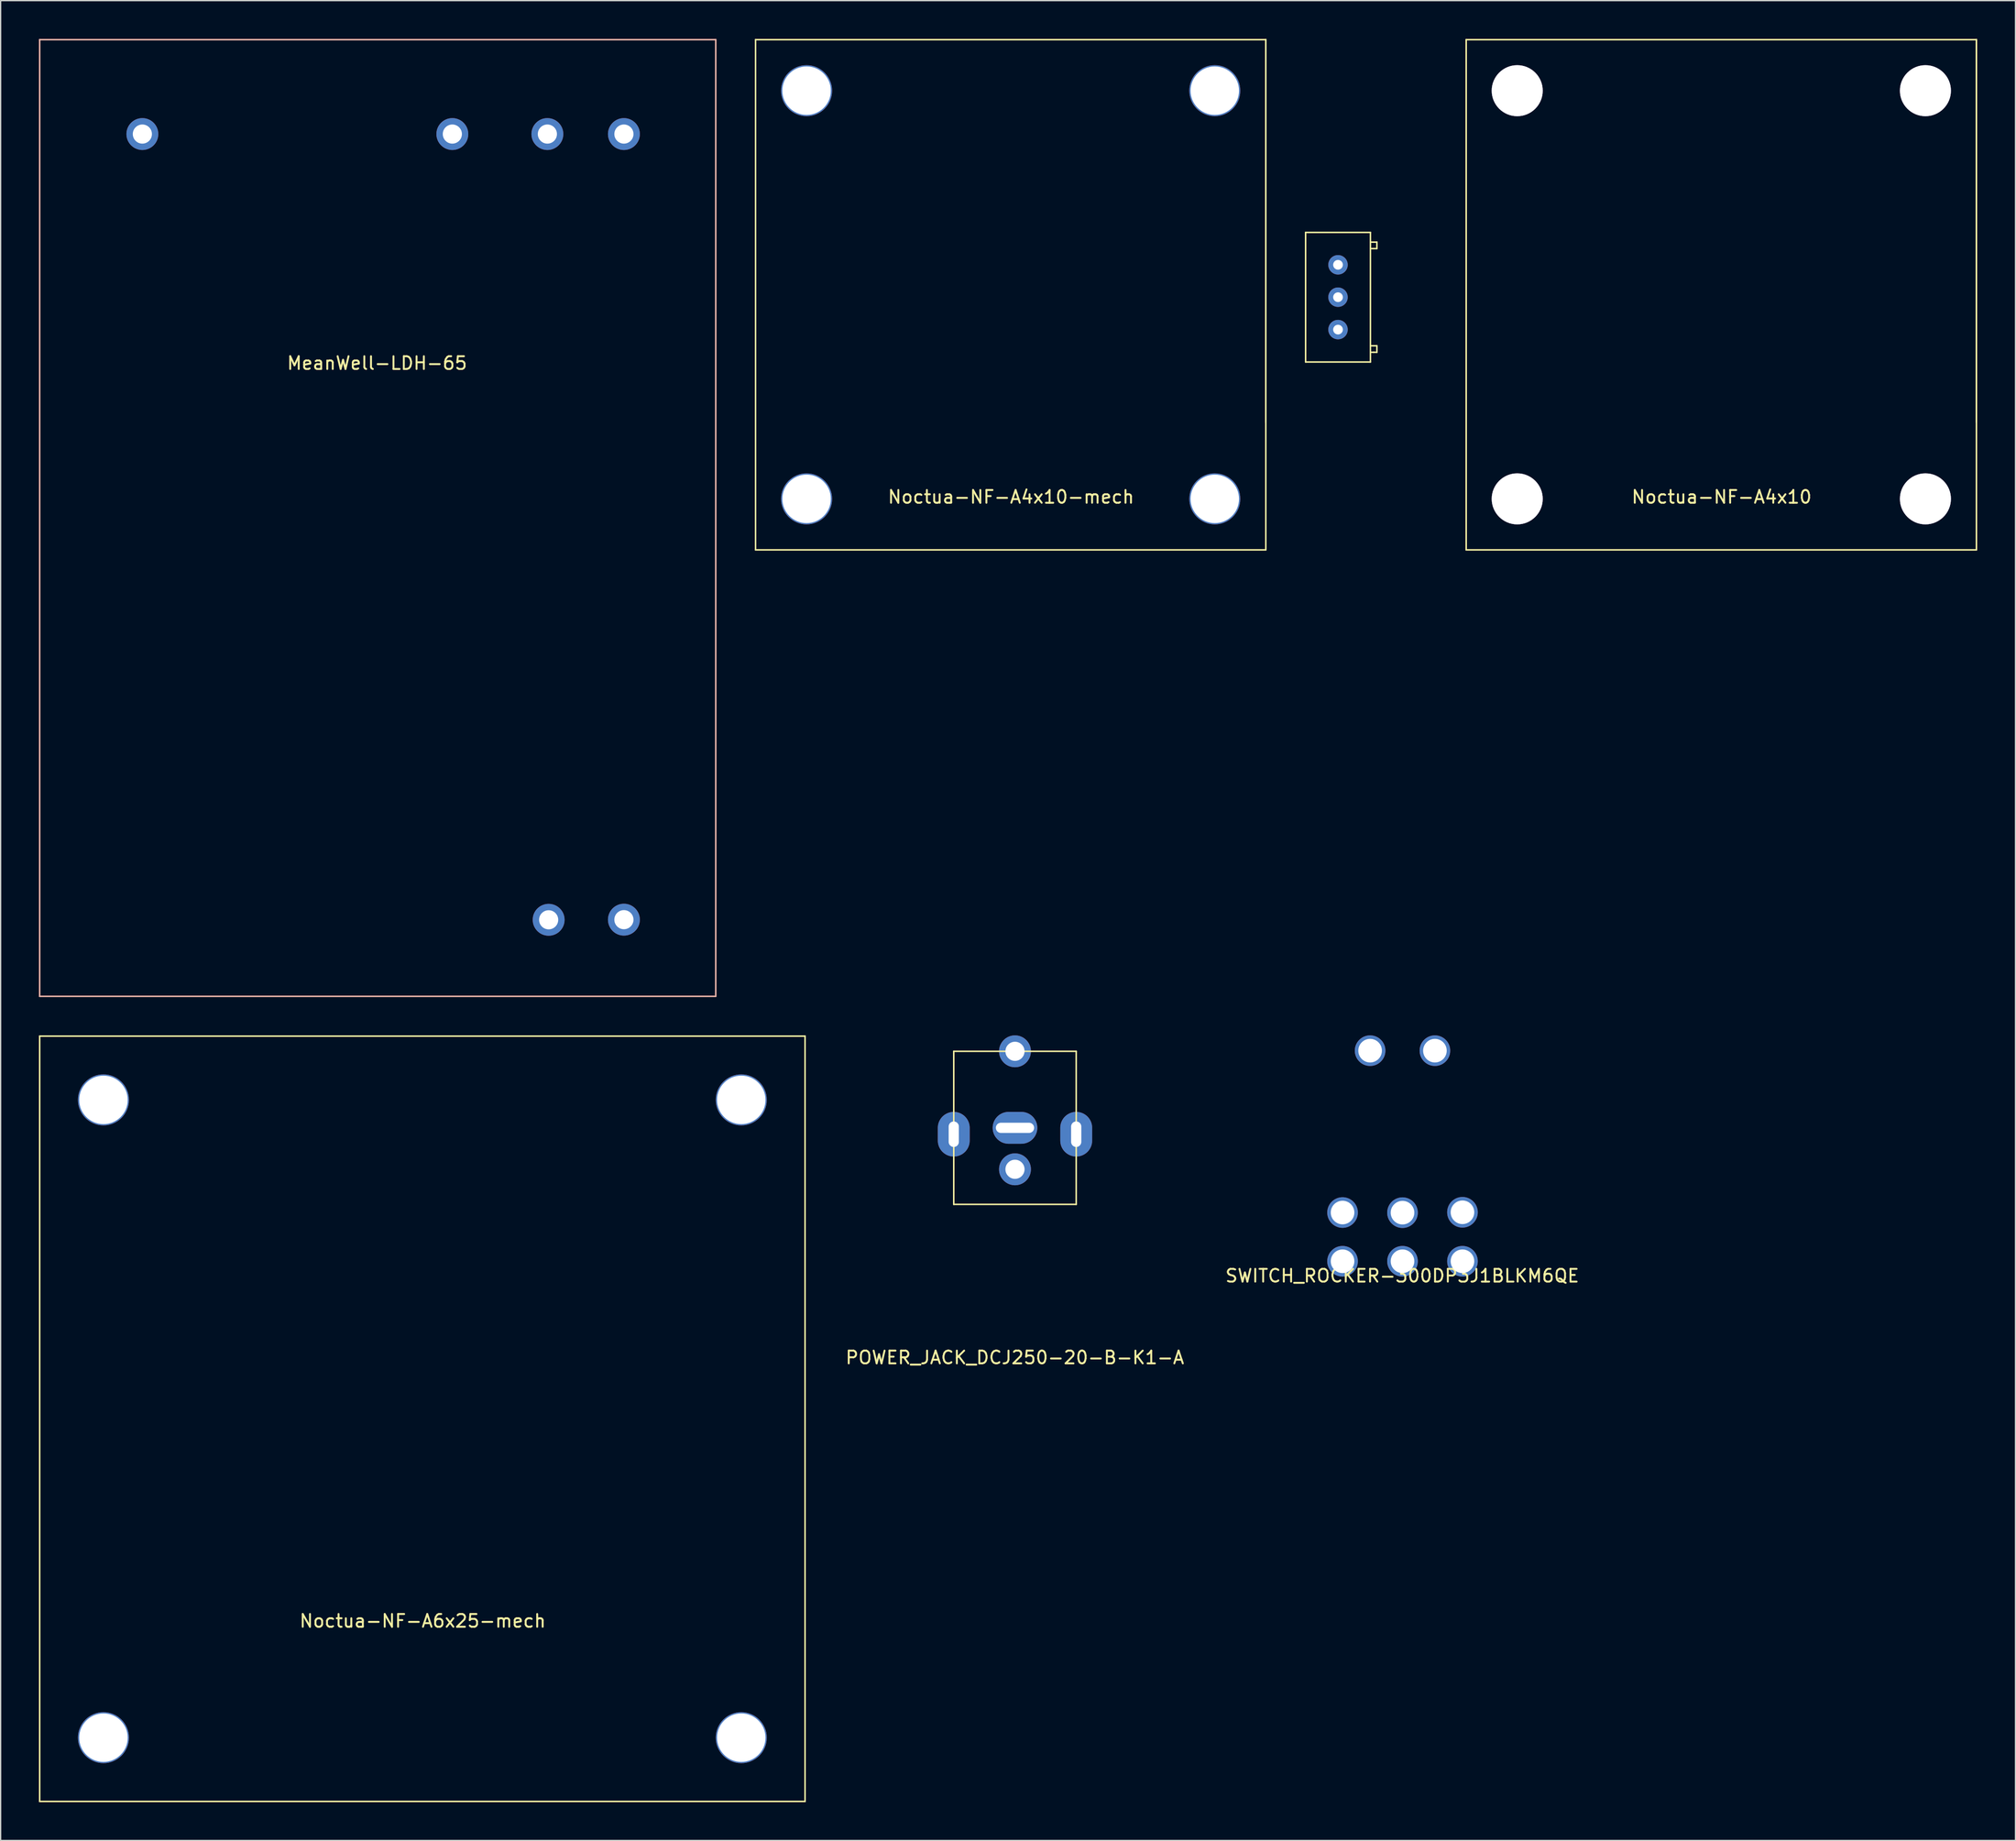
<source format=kicad_pcb>
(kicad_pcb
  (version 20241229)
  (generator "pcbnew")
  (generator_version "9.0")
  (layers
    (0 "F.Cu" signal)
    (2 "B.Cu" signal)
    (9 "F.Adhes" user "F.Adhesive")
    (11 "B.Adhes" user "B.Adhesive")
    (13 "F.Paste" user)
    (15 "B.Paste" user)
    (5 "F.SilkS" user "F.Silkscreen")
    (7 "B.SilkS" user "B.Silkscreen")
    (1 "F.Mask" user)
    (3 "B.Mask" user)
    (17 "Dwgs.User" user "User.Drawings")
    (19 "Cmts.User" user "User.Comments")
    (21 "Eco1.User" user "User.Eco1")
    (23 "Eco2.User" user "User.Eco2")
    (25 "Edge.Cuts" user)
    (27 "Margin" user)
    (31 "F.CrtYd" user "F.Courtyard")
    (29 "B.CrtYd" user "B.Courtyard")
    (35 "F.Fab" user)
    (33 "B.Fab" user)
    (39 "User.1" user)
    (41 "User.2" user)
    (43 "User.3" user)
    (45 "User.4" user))
  (footprint "Noctua-NF-A6x25-mech"
    (layer "F.Cu")
    (at 30.06 108.18)
    (property "Reference" "Noctua-NF-A6x25-mech" (at 0.025 15.85 0) (layer "F.SilkS") (effects (font (size 1 1) (thickness 0.15))))
    (attr through_hole)
    (fp_line (start -30 -30) (end -30 30) (stroke (width 0.12) (type solid)) (layer "F.SilkS"))
    (fp_line (start -30 -30) (end 30 -30) (stroke (width 0.12) (type solid)) (layer "F.SilkS"))
    (fp_line (start -30 30) (end 30 30) (stroke (width 0.12) (type solid)) (layer "F.SilkS"))
    (fp_line (start 30 -30) (end 30 30) (stroke (width 0.12) (type solid)) (layer "F.SilkS"))
    (pad "0" thru_hole circle (at -25 -25) (size 4 4) (drill 3.8) (layers "*.Cu" "*.Mask"))
    (pad "0" thru_hole circle (at -25 25) (size 4 4) (drill 3.8) (layers "*.Cu" "*.Mask"))
    (pad "0" thru_hole circle (at 25 -25) (size 4 4) (drill 3.8) (layers "*.Cu" "*.Mask"))
    (pad "0" thru_hole circle (at 25 25) (size 4 4) (drill 3.8) (layers "*.Cu" "*.Mask")))
  (footprint "Noctua-NF-A4x10"
    (layer "F.Cu")
    (at 131.888 20.06)
    (property "Reference" "Noctua-NF-A4x10" (at 0.025 15.85 0) (layer "F.SilkS") (effects (font (size 1 1) (thickness 0.15))))
    (attr through_hole)
    (fp_line (start -32.588 -4.89) (end -32.588 5.27) (stroke (width 0.12) (type solid)) (layer "F.SilkS"))
    (fp_line (start -32.588 5.27) (end -27.508 5.27) (stroke (width 0.12) (type solid)) (layer "F.SilkS"))
    (fp_line (start -27.508 -4.89) (end -32.588 -4.89) (stroke (width 0.12) (type solid)) (layer "F.SilkS"))
    (fp_line (start -27.508 -4.128) (end -27 -4.128) (stroke (width 0.12) (type solid)) (layer "F.SilkS"))
    (fp_line (start -27.508 5.27) (end -27.508 -4.89) (stroke (width 0.12) (type solid)) (layer "F.SilkS"))
    (fp_line (start -27.483 4.508) (end -27.254 4.508) (stroke (width 0.12) (type solid)) (layer "F.SilkS"))
    (fp_line (start -27.254 4.508) (end -27 4.508) (stroke (width 0.12) (type solid)) (layer "F.SilkS"))
    (fp_line (start -27 -4.128) (end -27 -3.62) (stroke (width 0.12) (type solid)) (layer "F.SilkS"))
    (fp_line (start -27 -3.62) (end -27.508 -3.62) (stroke (width 0.12) (type solid)) (layer "F.SilkS"))
    (fp_line (start -27 4) (end -27.508 4) (stroke (width 0.12) (type solid)) (layer "F.SilkS"))
    (fp_line (start -27 4.508) (end -27 4) (stroke (width 0.12) (type solid)) (layer "F.SilkS"))
    (fp_line (start -20 -20) (end -20 20) (stroke (width 0.12) (type solid)) (layer "F.SilkS"))
    (fp_line (start -20 -20) (end 20 -20) (stroke (width 0.12) (type solid)) (layer "F.SilkS"))
    (fp_line (start -20 20) (end 20 20) (stroke (width 0.12) (type solid)) (layer "F.SilkS"))
    (fp_line (start 20 -20) (end 20 20) (stroke (width 0.12) (type solid)) (layer "F.SilkS"))
    (fp_line (start 20 10) (end 20 -20) (stroke (width 0.12) (type solid)) (layer "F.SilkS"))
    (pad "0" thru_hole circle (at -16 -16) (size 4 4) (drill 4) (layers "*.Cu" "*.Mask"))
    (pad "0" thru_hole circle (at -16 16) (size 4 4) (drill 4) (layers "*.Cu" "*.Mask"))
    (pad "0" thru_hole circle (at 16 -16) (size 4 4) (drill 4) (layers "*.Cu" "*.Mask"))
    (pad "0" thru_hole circle (at 16 16) (size 4 4) (drill 4) (layers "*.Cu" "*.Mask"))
    (pad "1" thru_hole circle (at -30.048 -2.35) (size 1.524 1.524) (drill 0.762) (layers "*.Cu" "*.Mask"))
    (pad "2" thru_hole circle (at -30.048 0.19) (size 1.524 1.524) (drill 0.762) (layers "*.Cu" "*.Mask"))
    (pad "3" thru_hole circle (at -30.048 2.73) (size 1.524 1.524) (drill 0.762) (layers "*.Cu" "*.Mask")))
  (footprint "MeanWell-LDH-65"
    (layer "F.Cu")
    (at 26.56 37.56)
    (property "Reference" "MeanWell-LDH-65" (at -0.05 -12.138 180) (layer "F.SilkS") (effects (font (size 1 1) (thickness 0.15))))
    (attr through_hole)
    (fp_line (start -26.5 -37.5) (end -26.5 37.5) (stroke (width 0.12) (type solid)) (layer "B.SilkS"))
    (fp_line (start -26.5 -37.5) (end 26.5 -37.5) (stroke (width 0.12) (type solid)) (layer "B.SilkS"))
    (fp_line (start -26.5 37.5) (end 26.5 37.5) (stroke (width 0.12) (type solid)) (layer "B.SilkS"))
    (fp_line (start 26.5 -37.5) (end 26.5 37.5) (stroke (width 0.12) (type solid)) (layer "B.SilkS"))
    (pad "1" thru_hole circle (at -18.45 -30.1 180) (size 2.5 2.5) (drill 1.5) (layers "*.Cu" "*.Mask"))
    (pad "2" thru_hole circle (at 5.85 -30.1 180) (size 2.5 2.5) (drill 1.5) (layers "*.Cu" "*.Mask"))
    (pad "3" thru_hole circle (at 13.3 -30.1 180) (size 2.5 2.5) (drill 1.5) (layers "*.Cu" "*.Mask"))
    (pad "4" thru_hole circle (at 19.3 -30.1 180) (size 2.5 2.5) (drill 1.5) (layers "*.Cu" "*.Mask"))
    (pad "5" thru_hole circle (at 19.3 31.49 180) (size 2.5 2.5) (drill 1.5) (layers "*.Cu" "*.Mask"))
    (pad "6" thru_hole circle (at 13.4 31.5 180) (size 2.5 2.5) (drill 1.5) (layers "*.Cu" "*.Mask")))
  (footprint "POWER_JACK_DCJ250-20-B-K1-A"
    (layer "F.Cu")
    (at 76.517 85.37)
    (property "Reference" "POWER_JACK_DCJ250-20-B-K1-A" (at -0.01 18.01 0) (layer "F.SilkS") (effects (font (size 1 1) (thickness 0.15))))
    (attr through_hole)
    (fp_line (start -4.8 6) (end -4.8 -6) (stroke (width 0.12) (type solid)) (layer "F.SilkS"))
    (fp_line (start 4.8 -6) (end -4.8 -6) (stroke (width 0.12) (type solid)) (layer "F.SilkS"))
    (fp_line (start 4.8 6) (end -4.8 6) (stroke (width 0.12) (type solid)) (layer "F.SilkS"))
    (fp_line (start 4.8 6) (end 4.8 -6) (stroke (width 0.12) (type solid)) (layer "F.SilkS"))
    (pad "0" thru_hole oval (at -4.8 0.5 270) (size 3.5 2.5) (drill oval 2 0.8) (layers "*.Cu" "*.Mask"))
    (pad "0" thru_hole circle (at 0 3.25 180) (size 2.5 2.5) (drill 1.5) (layers "*.Cu" "*.Mask"))
    (pad "0" thru_hole oval (at 4.8 0.5 270) (size 3.5 2.5) (drill oval 2 0.8) (layers "*.Cu" "*.Mask"))
    (pad "1" thru_hole oval (at 0 0 270) (size 2.5 3.5) (drill oval 0.8 3) (layers "*.Cu" "*.Mask"))
    (pad "2" thru_hole circle (at 0 -6 180) (size 2.5 2.5) (drill 1.5) (layers "*.Cu" "*.Mask")))
  (footprint "Noctua-NF-A4x10-mech"
    (layer "F.Cu")
    (at 76.18 20.06)
    (property "Reference" "Noctua-NF-A4x10-mech" (at 0.025 15.85 0) (layer "F.SilkS") (effects (font (size 1 1) (thickness 0.15))))
    (attr through_hole)
    (fp_line (start -20 -20) (end -20 20) (stroke (width 0.12) (type solid)) (layer "F.SilkS"))
    (fp_line (start -20 -20) (end 20 -20) (stroke (width 0.12) (type solid)) (layer "F.SilkS"))
    (fp_line (start -20 20) (end 20 20) (stroke (width 0.12) (type solid)) (layer "F.SilkS"))
    (fp_line (start 20 -20) (end 20 20) (stroke (width 0.12) (type solid)) (layer "F.SilkS"))
    (fp_line (start 20 10) (end 20 -20) (stroke (width 0.12) (type solid)) (layer "F.SilkS"))
    (pad "0" thru_hole circle (at -16 -16) (size 4 4) (drill 3.8) (layers "*.Cu" "*.Mask"))
    (pad "0" thru_hole circle (at -16 16) (size 4 4) (drill 3.8) (layers "*.Cu" "*.Mask"))
    (pad "0" thru_hole circle (at 16 -16) (size 4 4) (drill 3.8) (layers "*.Cu" "*.Mask"))
    (pad "0" thru_hole circle (at 16 16) (size 4 4) (drill 3.8) (layers "*.Cu" "*.Mask")))
  (footprint "SWITCH_ROCKER-300DP3J1BLKM6QE"
    (layer "F.Cu")
    (at 106.896 85.67)
    (property "Reference" "SWITCH_ROCKER-300DP3J1BLKM6QE" (at -0.02 11.3 0) (layer "F.SilkS") (effects (font (size 1 1) (thickness 0.15))))
    (attr through_hole)
    (pad "0" thru_hole circle (at -4.7 6.34) (size 2.4 2.4) (drill 1.85) (layers "*.Cu" "*.Mask"))
    (pad "0" thru_hole circle (at -4.7 10.16) (size 2.4 2.4) (drill 1.85) (layers "*.Cu" "*.Mask"))
    (pad "0" thru_hole circle (at 0 6.35) (size 2.4 2.4) (drill 1.85) (layers "*.Cu" "*.Mask"))
    (pad "0" thru_hole circle (at 0 10.16) (size 2.4 2.4) (drill 1.85) (layers "*.Cu" "*.Mask"))
    (pad "0" thru_hole circle (at 4.7 6.32) (size 2.4 2.4) (drill 1.85) (layers "*.Cu" "*.Mask"))
    (pad "0" thru_hole circle (at 4.7 10.16) (size 2.4 2.4) (drill 1.85) (layers "*.Cu" "*.Mask"))
    (pad "1" thru_hole circle (at -2.54 -6.35) (size 2.4 2.4) (drill 1.85) (layers "*.Cu" "*.Mask"))
    (pad "2" thru_hole circle (at 2.54 -6.35) (size 2.4 2.4) (drill 1.85) (layers "*.Cu" "*.Mask")))
  (gr_rect
    (start -3 -3)
    (end 154.948 141.24)
    (stroke (width 0.1) (type default))
    (fill no)
    (layer "Edge.Cuts")))
</source>
